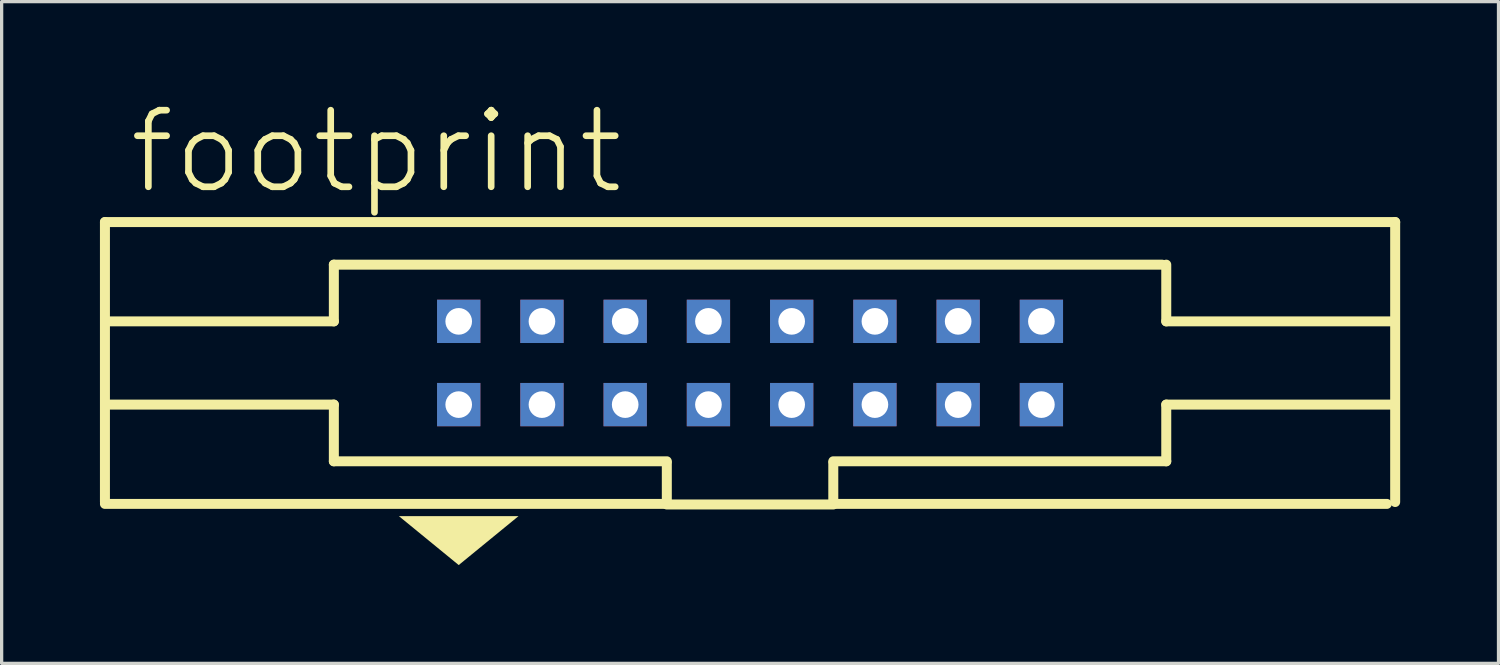
<source format=kicad_pcb>
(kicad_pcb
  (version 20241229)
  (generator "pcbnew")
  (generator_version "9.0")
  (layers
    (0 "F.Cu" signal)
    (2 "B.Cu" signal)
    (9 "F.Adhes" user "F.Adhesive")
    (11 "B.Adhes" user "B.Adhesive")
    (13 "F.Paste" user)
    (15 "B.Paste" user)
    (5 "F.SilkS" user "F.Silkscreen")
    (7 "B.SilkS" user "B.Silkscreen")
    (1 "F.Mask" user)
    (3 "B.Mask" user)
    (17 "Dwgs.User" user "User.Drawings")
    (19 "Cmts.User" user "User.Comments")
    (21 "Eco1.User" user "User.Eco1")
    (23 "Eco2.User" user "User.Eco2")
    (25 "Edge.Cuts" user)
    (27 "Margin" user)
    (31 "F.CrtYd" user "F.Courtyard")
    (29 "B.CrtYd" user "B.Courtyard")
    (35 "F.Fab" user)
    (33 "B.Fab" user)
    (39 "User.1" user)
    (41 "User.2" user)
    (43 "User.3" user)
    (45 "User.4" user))
  (footprint "footprint"
    (layer "F.Cu")
    (at 19.837 8.026)
    (property "Reference" "footprint" (at -19.05 -5.08 0) (layer "F.SilkS") (effects (font (size 2.337 2.337) (thickness 0.203)) (justify left bottom)))
    (fp_line (start -19.685 -4.3) (end -19.685 4.242) (stroke (width 0.305) (type solid)) (layer "F.SilkS"))
    (fp_line (start -19.685 4.3) (end -2.54 4.3) (stroke (width 0.305) (type solid)) (layer "F.SilkS"))
    (fp_line (start -12.7 -1.27) (end -19.558 -1.27) (stroke (width 0.305) (type solid)) (layer "F.SilkS"))
    (fp_line (start -12.7 -1.27) (end -12.7 -3) (stroke (width 0.305) (type solid)) (layer "F.SilkS"))
    (fp_line (start -12.7 1.27) (end -19.558 1.27) (stroke (width 0.305) (type solid)) (layer "F.SilkS"))
    (fp_line (start -12.7 3) (end -12.7 1.27) (stroke (width 0.305) (type solid)) (layer "F.SilkS"))
    (fp_line (start -2.54 3) (end -12.7 3) (stroke (width 0.305) (type solid)) (layer "F.SilkS"))
    (fp_line (start -2.54 4.3) (end -2.54 3.048) (stroke (width 0.305) (type solid)) (layer "F.SilkS"))
    (fp_line (start -2.54 4.318) (end 2.54 4.318) (stroke (width 0.305) (type solid)) (layer "F.SilkS"))
    (fp_line (start 2.54 3.048) (end 2.54 4.3) (stroke (width 0.305) (type solid)) (layer "F.SilkS"))
    (fp_line (start 2.54 4.3) (end 19.431 4.3) (stroke (width 0.305) (type solid)) (layer "F.SilkS"))
    (fp_line (start 12.573 -3) (end -12.7 -3) (stroke (width 0.305) (type solid)) (layer "F.SilkS"))
    (fp_line (start 12.7 -1.27) (end 12.7 -3) (stroke (width 0.305) (type solid)) (layer "F.SilkS"))
    (fp_line (start 12.7 -1.27) (end 19.558 -1.27) (stroke (width 0.305) (type solid)) (layer "F.SilkS"))
    (fp_line (start 12.7 1.27) (end 19.558 1.27) (stroke (width 0.305) (type solid)) (layer "F.SilkS"))
    (fp_line (start 12.7 3) (end 2.54 3) (stroke (width 0.305) (type solid)) (layer "F.SilkS"))
    (fp_line (start 12.7 3) (end 12.7 1.27) (stroke (width 0.305) (type solid)) (layer "F.SilkS"))
    (fp_line (start 19.685 -4.3) (end -19.685 -4.3) (stroke (width 0.305) (type solid)) (layer "F.SilkS"))
    (fp_line (start 19.685 4.242) (end 19.685 -4.3) (stroke (width 0.305) (type solid)) (layer "F.SilkS"))
    (fp_poly (pts (xy -8.89 6.166) (xy -10.714 4.674) (xy -7.066 4.674)) (stroke (width 0) (type solid)) (fill yes) (layer "F.SilkS"))
    (pad "1" thru_hole rect (at -8.89 1.27) (size 1.321 1.321) (drill 0.813) (layers "*.Cu" "*.Mask"))
    (pad "2" thru_hole rect (at -8.89 -1.27) (size 1.321 1.321) (drill 0.813) (layers "*.Cu" "*.Mask"))
    (pad "3" thru_hole rect (at -6.35 1.27) (size 1.321 1.321) (drill 0.813) (layers "*.Cu" "*.Mask"))
    (pad "4" thru_hole rect (at -6.35 -1.27) (size 1.321 1.321) (drill 0.813) (layers "*.Cu" "*.Mask"))
    (pad "5" thru_hole rect (at -3.81 1.27) (size 1.321 1.321) (drill 0.813) (layers "*.Cu" "*.Mask"))
    (pad "6" thru_hole rect (at -3.81 -1.27) (size 1.321 1.321) (drill 0.813) (layers "*.Cu" "*.Mask"))
    (pad "7" thru_hole rect (at -1.27 1.27) (size 1.321 1.321) (drill 0.813) (layers "*.Cu" "*.Mask"))
    (pad "8" thru_hole rect (at -1.27 -1.27) (size 1.321 1.321) (drill 0.813) (layers "*.Cu" "*.Mask"))
    (pad "9" thru_hole rect (at 1.27 1.27) (size 1.321 1.321) (drill 0.813) (layers "*.Cu" "*.Mask"))
    (pad "10" thru_hole rect (at 1.27 -1.27) (size 1.321 1.321) (drill 0.813) (layers "*.Cu" "*.Mask"))
    (pad "11" thru_hole rect (at 3.81 1.27) (size 1.321 1.321) (drill 0.813) (layers "*.Cu" "*.Mask"))
    (pad "12" thru_hole rect (at 3.81 -1.27) (size 1.321 1.321) (drill 0.813) (layers "*.Cu" "*.Mask"))
    (pad "13" thru_hole rect (at 6.35 1.27) (size 1.321 1.321) (drill 0.813) (layers "*.Cu" "*.Mask"))
    (pad "14" thru_hole rect (at 6.35 -1.27) (size 1.321 1.321) (drill 0.813) (layers "*.Cu" "*.Mask"))
    (pad "15" thru_hole rect (at 8.89 1.27) (size 1.321 1.321) (drill 0.813) (layers "*.Cu" "*.Mask"))
    (pad "16" thru_hole rect (at 8.89 -1.27) (size 1.321 1.321) (drill 0.813) (layers "*.Cu" "*.Mask")))
  (gr_rect
    (start -3 -3)
    (end 42.675 17.192)
    (stroke (width 0.1) (type default))
    (fill no)
    (layer "Edge.Cuts")))
</source>
